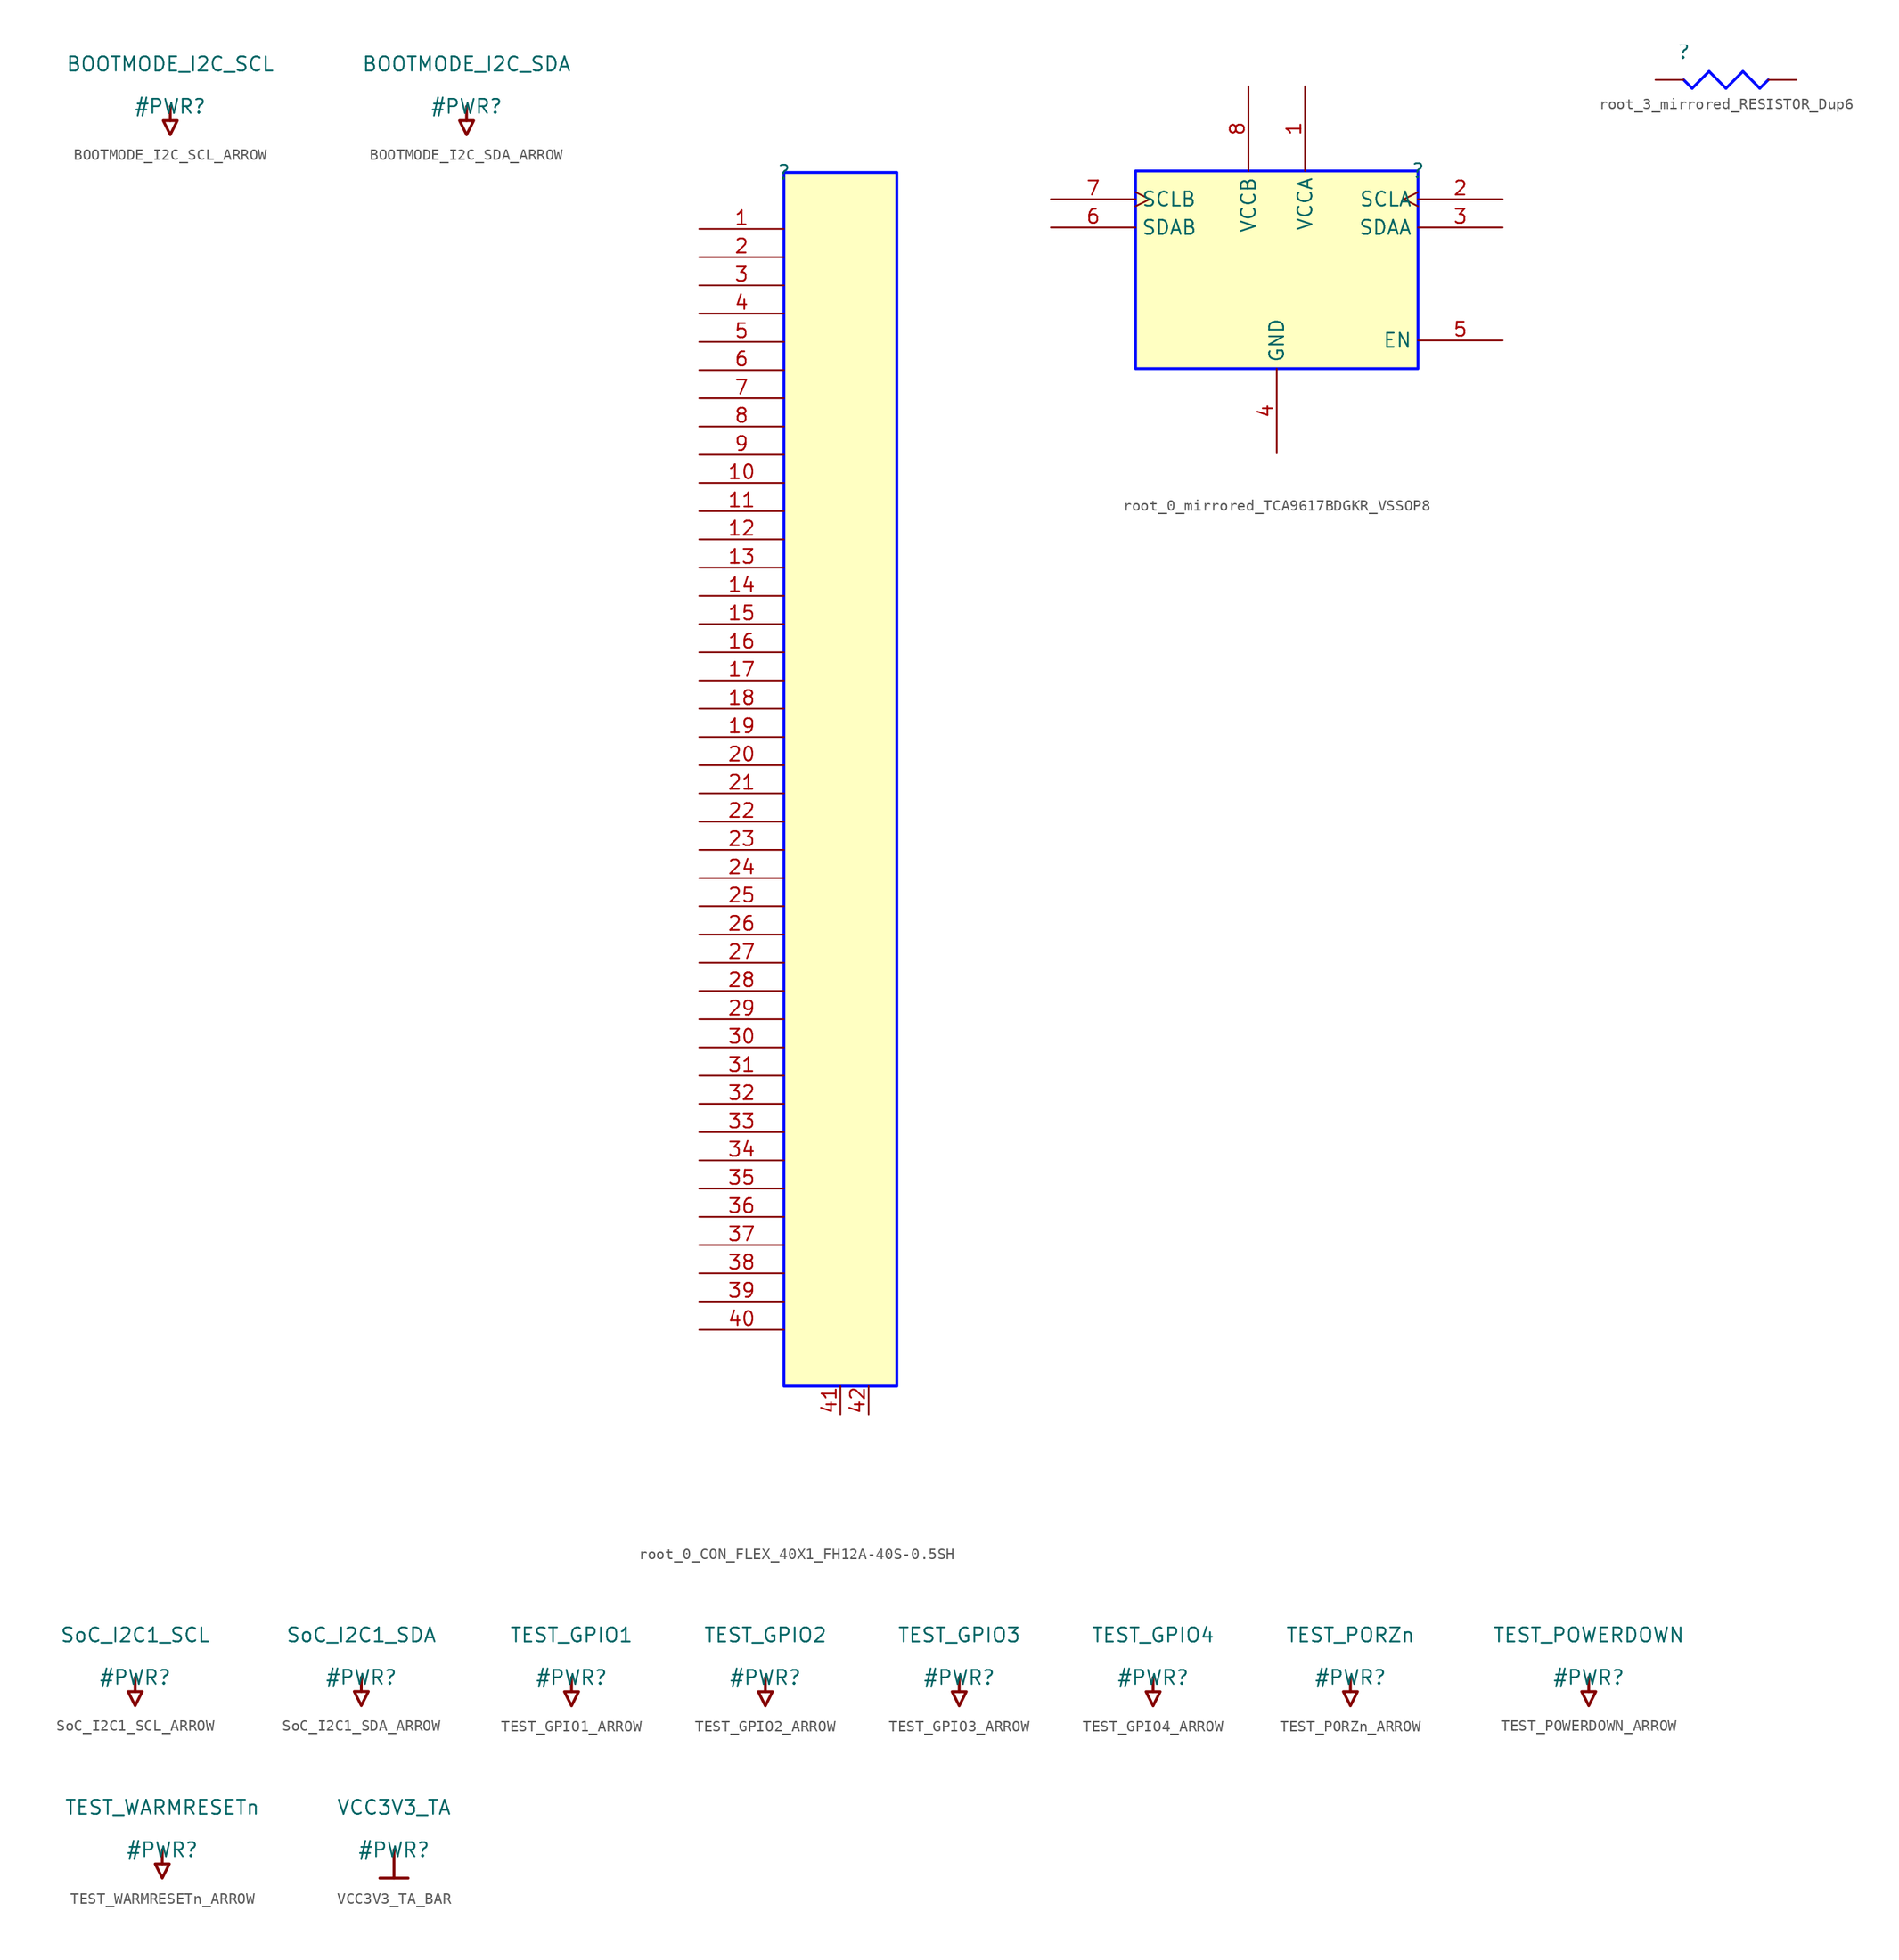
<source format=kicad_sym>
(kicad_symbol_lib
  (version 20231120)
  (generator "kicad_symbol_editor")
  (generator_version "8.0")
  (symbol "BOOTMODE_I2C_SCL_ARROW"
    (power)
    (property "Reference" "#PWR"
      (at 0 0 0)
      (effects (font (size 1.27 1.27))))
    (property "Value" "BOOTMODE_I2C_SCL"
      (at 0 3.81 0)
      (effects (font (size 1.27 1.27))))
    (symbol "BOOTMODE_I2C_SCL_ARROW_0_0"
      (polyline (pts (xy 0 0) (xy 0 -1.27)) (stroke (width 0.254) (type solid)) (fill (type none)))
      (polyline (pts (xy -0.635 -1.27) (xy 0.635 -1.27) (xy 0 -2.54) (xy -0.635 -1.27)) (stroke (width 0.254) (type solid)) (fill (type none)))
      (pin power_in line (at 0 0 0) (length 0) hide (name "BOOTMODE_I2C_SCL" (effects (font (size 1.27 1.27)))) (number "" (effects (font (size 1.27 1.27)))))))
  (symbol "BOOTMODE_I2C_SDA_ARROW"
    (power)
    (property "Reference" "#PWR"
      (at 0 0 0)
      (effects (font (size 1.27 1.27))))
    (property "Value" "BOOTMODE_I2C_SDA"
      (at 0 3.81 0)
      (effects (font (size 1.27 1.27))))
    (symbol "BOOTMODE_I2C_SDA_ARROW_0_0"
      (polyline (pts (xy 0 0) (xy 0 -1.27)) (stroke (width 0.254) (type solid)) (fill (type none)))
      (polyline (pts (xy -0.635 -1.27) (xy 0.635 -1.27) (xy 0 -2.54) (xy -0.635 -1.27)) (stroke (width 0.254) (type solid)) (fill (type none)))
      (pin power_in line (at 0 0 0) (length 0) hide (name "BOOTMODE_I2C_SDA" (effects (font (size 1.27 1.27)))) (number "" (effects (font (size 1.27 1.27)))))))
  (symbol "root_0_CON_FLEX_40X1_FH12A-40S-0.5SH"
    (property "Reference" ""
      (at 0 0 0)
      (effects (font (size 1.27 1.27))))
    (property "Value" ""
      (at 0 0 0)
      (effects (font (size 1.27 1.27))))
    (symbol "root_0_CON_FLEX_40X1_FH12A-40S-0.5SH_1_0"
      (rectangle (start 10.16 0) (end 0 -109.22) (stroke (width 0.254) (type solid) (color 0 11 255 1)) (fill (type background)))
      (pin passive line (at -7.62 -5.08 0) (length 7.62) (name "1" (effects (font (size 0 0)))) (number "1" (effects (font (size 1.27 1.27)))))
      (pin passive line (at -7.62 -27.94 0) (length 7.62) (name "10" (effects (font (size 0 0)))) (number "10" (effects (font (size 1.27 1.27)))))
      (pin passive line (at -7.62 -30.48 0) (length 7.62) (name "11" (effects (font (size 0 0)))) (number "11" (effects (font (size 1.27 1.27)))))
      (pin passive line (at -7.62 -33.02 0) (length 7.62) (name "12" (effects (font (size 0 0)))) (number "12" (effects (font (size 1.27 1.27)))))
      (pin passive line (at -7.62 -35.56 0) (length 7.62) (name "13" (effects (font (size 0 0)))) (number "13" (effects (font (size 1.27 1.27)))))
      (pin passive line (at -7.62 -38.1 0) (length 7.62) (name "14" (effects (font (size 0 0)))) (number "14" (effects (font (size 1.27 1.27)))))
      (pin passive line (at -7.62 -40.64 0) (length 7.62) (name "15" (effects (font (size 0 0)))) (number "15" (effects (font (size 1.27 1.27)))))
      (pin passive line (at -7.62 -43.18 0) (length 7.62) (name "16" (effects (font (size 0 0)))) (number "16" (effects (font (size 1.27 1.27)))))
      (pin passive line (at -7.62 -45.72 0) (length 7.62) (name "17" (effects (font (size 0 0)))) (number "17" (effects (font (size 1.27 1.27)))))
      (pin passive line (at -7.62 -48.26 0) (length 7.62) (name "18" (effects (font (size 0 0)))) (number "18" (effects (font (size 1.27 1.27)))))
      (pin passive line (at -7.62 -50.8 0) (length 7.62) (name "19" (effects (font (size 0 0)))) (number "19" (effects (font (size 1.27 1.27)))))
      (pin passive line (at -7.62 -7.62 0) (length 7.62) (name "2" (effects (font (size 0 0)))) (number "2" (effects (font (size 1.27 1.27)))))
      (pin passive line (at -7.62 -53.34 0) (length 7.62) (name "20" (effects (font (size 0 0)))) (number "20" (effects (font (size 1.27 1.27)))))
      (pin passive line (at -7.62 -55.88 0) (length 7.62) (name "21" (effects (font (size 0 0)))) (number "21" (effects (font (size 1.27 1.27)))))
      (pin passive line (at -7.62 -58.42 0) (length 7.62) (name "22" (effects (font (size 0 0)))) (number "22" (effects (font (size 1.27 1.27)))))
      (pin passive line (at -7.62 -60.96 0) (length 7.62) (name "23" (effects (font (size 0 0)))) (number "23" (effects (font (size 1.27 1.27)))))
      (pin passive line (at -7.62 -63.5 0) (length 7.62) (name "24" (effects (font (size 0 0)))) (number "24" (effects (font (size 1.27 1.27)))))
      (pin passive line (at -7.62 -66.04 0) (length 7.62) (name "25" (effects (font (size 0 0)))) (number "25" (effects (font (size 1.27 1.27)))))
      (pin passive line (at -7.62 -68.58 0) (length 7.62) (name "26" (effects (font (size 0 0)))) (number "26" (effects (font (size 1.27 1.27)))))
      (pin passive line (at -7.62 -71.12 0) (length 7.62) (name "27" (effects (font (size 0 0)))) (number "27" (effects (font (size 1.27 1.27)))))
      (pin passive line (at -7.62 -73.66 0) (length 7.62) (name "28" (effects (font (size 0 0)))) (number "28" (effects (font (size 1.27 1.27)))))
      (pin passive line (at -7.62 -76.2 0) (length 7.62) (name "29" (effects (font (size 0 0)))) (number "29" (effects (font (size 1.27 1.27)))))
      (pin passive line (at -7.62 -10.16 0) (length 7.62) (name "3" (effects (font (size 0 0)))) (number "3" (effects (font (size 1.27 1.27)))))
      (pin passive line (at -7.62 -78.74 0) (length 7.62) (name "30" (effects (font (size 0 0)))) (number "30" (effects (font (size 1.27 1.27)))))
      (pin passive line (at -7.62 -81.28 0) (length 7.62) (name "31" (effects (font (size 0 0)))) (number "31" (effects (font (size 1.27 1.27)))))
      (pin passive line (at -7.62 -83.82 0) (length 7.62) (name "32" (effects (font (size 0 0)))) (number "32" (effects (font (size 1.27 1.27)))))
      (pin passive line (at -7.62 -86.36 0) (length 7.62) (name "33" (effects (font (size 0 0)))) (number "33" (effects (font (size 1.27 1.27)))))
      (pin passive line (at -7.62 -88.9 0) (length 7.62) (name "34" (effects (font (size 0 0)))) (number "34" (effects (font (size 1.27 1.27)))))
      (pin passive line (at -7.62 -91.44 0) (length 7.62) (name "35" (effects (font (size 0 0)))) (number "35" (effects (font (size 1.27 1.27)))))
      (pin passive line (at -7.62 -93.98 0) (length 7.62) (name "36" (effects (font (size 0 0)))) (number "36" (effects (font (size 1.27 1.27)))))
      (pin passive line (at -7.62 -96.52 0) (length 7.62) (name "37" (effects (font (size 0 0)))) (number "37" (effects (font (size 1.27 1.27)))))
      (pin passive line (at -7.62 -99.06 0) (length 7.62) (name "38" (effects (font (size 0 0)))) (number "38" (effects (font (size 1.27 1.27)))))
      (pin passive line (at -7.62 -101.6 0) (length 7.62) (name "39" (effects (font (size 0 0)))) (number "39" (effects (font (size 1.27 1.27)))))
      (pin passive line (at -7.62 -12.7 0) (length 7.62) (name "4" (effects (font (size 0 0)))) (number "4" (effects (font (size 1.27 1.27)))))
      (pin passive line (at -7.62 -104.14 0) (length 7.62) (name "40" (effects (font (size 0 0)))) (number "40" (effects (font (size 1.27 1.27)))))
      (pin passive line (at 5.08 -111.76 90) (length 2.54) (name "41" (effects (font (size 0 0)))) (number "41" (effects (font (size 1.27 1.27)))))
      (pin passive line (at 7.62 -111.76 90) (length 2.54) (name "42" (effects (font (size 0 0)))) (number "42" (effects (font (size 1.27 1.27)))))
      (pin passive line (at -7.62 -15.24 0) (length 7.62) (name "5" (effects (font (size 0 0)))) (number "5" (effects (font (size 1.27 1.27)))))
      (pin passive line (at -7.62 -17.78 0) (length 7.62) (name "6" (effects (font (size 0 0)))) (number "6" (effects (font (size 1.27 1.27)))))
      (pin passive line (at -7.62 -20.32 0) (length 7.62) (name "7" (effects (font (size 0 0)))) (number "7" (effects (font (size 1.27 1.27)))))
      (pin passive line (at -7.62 -22.86 0) (length 7.62) (name "8" (effects (font (size 0 0)))) (number "8" (effects (font (size 1.27 1.27)))))
      (pin passive line (at -7.62 -25.4 0) (length 7.62) (name "9" (effects (font (size 0 0)))) (number "9" (effects (font (size 1.27 1.27)))))))
  (symbol "root_0_mirrored_TCA9617BDGKR_VSSOP8"
    (property "Reference" ""
      (at 0 0 0)
      (effects (font (size 1.27 1.27))))
    (property "Value" ""
      (at 0 0 0)
      (effects (font (size 1.27 1.27))))
    (symbol "root_0_mirrored_TCA9617BDGKR_VSSOP8_1_0"
      (rectangle (start 0 0) (end -25.4 -17.78) (stroke (width 0.254) (type solid) (color 0 11 255 1)) (fill (type background)))
      (pin power_in line (at -10.16 7.62 270) (length 7.62) (name "VCCA" (effects (font (size 1.27 1.27)))) (number "1" (effects (font (size 1.27 1.27)))))
      (pin passive clock (at 7.62 -2.54 180) (length 7.62) (name "SCLA" (effects (font (size 1.27 1.27)))) (number "2" (effects (font (size 1.27 1.27)))))
      (pin passive line (at 7.62 -5.08 180) (length 7.62) (name "SDAA" (effects (font (size 1.27 1.27)))) (number "3" (effects (font (size 1.27 1.27)))))
      (pin power_in line (at -12.7 -25.4 90) (length 7.62) (name "GND" (effects (font (size 1.27 1.27)))) (number "4" (effects (font (size 1.27 1.27)))))
      (pin passive line (at 7.62 -15.24 180) (length 7.62) (name "EN" (effects (font (size 1.27 1.27)))) (number "5" (effects (font (size 1.27 1.27)))))
      (pin passive line (at -33.02 -5.08 0) (length 7.62) (name "SDAB" (effects (font (size 1.27 1.27)))) (number "6" (effects (font (size 1.27 1.27)))))
      (pin passive clock (at -33.02 -2.54 0) (length 7.62) (name "SCLB" (effects (font (size 1.27 1.27)))) (number "7" (effects (font (size 1.27 1.27)))))
      (pin power_in line (at -15.24 7.62 270) (length 7.62) (name "VCCB" (effects (font (size 1.27 1.27)))) (number "8" (effects (font (size 1.27 1.27)))))))
  (symbol "root_3_mirrored_RESISTOR_Dup6"
    (property "Reference" ""
      (at 0 0 0)
      (effects (font (size 1.27 1.27))))
    (property "Value" ""
      (at 0 0 0)
      (effects (font (size 1.27 1.27))))
    (symbol "root_3_mirrored_RESISTOR_Dup6_1_0"
      (polyline (pts (xy 0 -2.54) (xy 0.762 -3.302)) (stroke (width 0.254) (type solid) (color 0 11 255 1)) (fill (type none)))
      (polyline (pts (xy 0.762 -3.302) (xy 2.286 -1.778)) (stroke (width 0.254) (type solid) (color 0 11 255 1)) (fill (type none)))
      (polyline (pts (xy 2.286 -1.778) (xy 3.81 -3.302)) (stroke (width 0.254) (type solid) (color 0 11 255 1)) (fill (type none)))
      (polyline (pts (xy 3.81 -3.302) (xy 5.334 -1.778)) (stroke (width 0.254) (type solid) (color 0 11 255 1)) (fill (type none)))
      (polyline (pts (xy 5.334 -1.778) (xy 6.858 -3.302)) (stroke (width 0.254) (type solid) (color 0 11 255 1)) (fill (type none)))
      (polyline (pts (xy 6.858 -3.302) (xy 7.62 -2.54)) (stroke (width 0.254) (type solid) (color 0 11 255 1)) (fill (type none)))
      (pin passive line (at -2.54 -2.54 0) (length 2.54) (name "1" (effects (font (size 0 0)))) (number "1" (effects (font (size 0 0)))))
      (pin passive line (at 10.16 -2.54 180) (length 2.54) (name "2" (effects (font (size 0 0)))) (number "2" (effects (font (size 0 0)))))))
  (symbol "SoC_I2C1_SCL_ARROW"
    (power)
    (property "Reference" "#PWR"
      (at 0 0 0)
      (effects (font (size 1.27 1.27))))
    (property "Value" "SoC_I2C1_SCL"
      (at 0 3.81 0)
      (effects (font (size 1.27 1.27))))
    (symbol "SoC_I2C1_SCL_ARROW_0_0"
      (polyline (pts (xy 0 0) (xy 0 -1.27)) (stroke (width 0.254) (type solid)) (fill (type none)))
      (polyline (pts (xy -0.635 -1.27) (xy 0.635 -1.27) (xy 0 -2.54) (xy -0.635 -1.27)) (stroke (width 0.254) (type solid)) (fill (type none)))
      (pin power_in line (at 0 0 0) (length 0) hide (name "SoC_I2C1_SCL" (effects (font (size 1.27 1.27)))) (number "" (effects (font (size 1.27 1.27)))))))
  (symbol "SoC_I2C1_SDA_ARROW"
    (power)
    (property "Reference" "#PWR"
      (at 0 0 0)
      (effects (font (size 1.27 1.27))))
    (property "Value" "SoC_I2C1_SDA"
      (at 0 3.81 0)
      (effects (font (size 1.27 1.27))))
    (symbol "SoC_I2C1_SDA_ARROW_0_0"
      (polyline (pts (xy 0 0) (xy 0 -1.27)) (stroke (width 0.254) (type solid)) (fill (type none)))
      (polyline (pts (xy -0.635 -1.27) (xy 0.635 -1.27) (xy 0 -2.54) (xy -0.635 -1.27)) (stroke (width 0.254) (type solid)) (fill (type none)))
      (pin power_in line (at 0 0 0) (length 0) hide (name "SoC_I2C1_SDA" (effects (font (size 1.27 1.27)))) (number "" (effects (font (size 1.27 1.27)))))))
  (symbol "TEST_GPIO1_ARROW"
    (power)
    (property "Reference" "#PWR"
      (at 0 0 0)
      (effects (font (size 1.27 1.27))))
    (property "Value" "TEST_GPIO1"
      (at 0 3.81 0)
      (effects (font (size 1.27 1.27))))
    (symbol "TEST_GPIO1_ARROW_0_0"
      (polyline (pts (xy 0 0) (xy 0 -1.27)) (stroke (width 0.254) (type solid)) (fill (type none)))
      (polyline (pts (xy -0.635 -1.27) (xy 0.635 -1.27) (xy 0 -2.54) (xy -0.635 -1.27)) (stroke (width 0.254) (type solid)) (fill (type none)))
      (pin power_in line (at 0 0 0) (length 0) hide (name "TEST_GPIO1" (effects (font (size 1.27 1.27)))) (number "" (effects (font (size 1.27 1.27)))))))
  (symbol "TEST_GPIO2_ARROW"
    (power)
    (property "Reference" "#PWR"
      (at 0 0 0)
      (effects (font (size 1.27 1.27))))
    (property "Value" "TEST_GPIO2"
      (at 0 3.81 0)
      (effects (font (size 1.27 1.27))))
    (symbol "TEST_GPIO2_ARROW_0_0"
      (polyline (pts (xy 0 0) (xy 0 -1.27)) (stroke (width 0.254) (type solid)) (fill (type none)))
      (polyline (pts (xy -0.635 -1.27) (xy 0.635 -1.27) (xy 0 -2.54) (xy -0.635 -1.27)) (stroke (width 0.254) (type solid)) (fill (type none)))
      (pin power_in line (at 0 0 0) (length 0) hide (name "TEST_GPIO2" (effects (font (size 1.27 1.27)))) (number "" (effects (font (size 1.27 1.27)))))))
  (symbol "TEST_GPIO3_ARROW"
    (power)
    (property "Reference" "#PWR"
      (at 0 0 0)
      (effects (font (size 1.27 1.27))))
    (property "Value" "TEST_GPIO3"
      (at 0 3.81 0)
      (effects (font (size 1.27 1.27))))
    (symbol "TEST_GPIO3_ARROW_0_0"
      (polyline (pts (xy 0 0) (xy 0 -1.27)) (stroke (width 0.254) (type solid)) (fill (type none)))
      (polyline (pts (xy -0.635 -1.27) (xy 0.635 -1.27) (xy 0 -2.54) (xy -0.635 -1.27)) (stroke (width 0.254) (type solid)) (fill (type none)))
      (pin power_in line (at 0 0 0) (length 0) hide (name "TEST_GPIO3" (effects (font (size 1.27 1.27)))) (number "" (effects (font (size 1.27 1.27)))))))
  (symbol "TEST_GPIO4_ARROW"
    (power)
    (property "Reference" "#PWR"
      (at 0 0 0)
      (effects (font (size 1.27 1.27))))
    (property "Value" "TEST_GPIO4"
      (at 0 3.81 0)
      (effects (font (size 1.27 1.27))))
    (symbol "TEST_GPIO4_ARROW_0_0"
      (polyline (pts (xy 0 0) (xy 0 -1.27)) (stroke (width 0.254) (type solid)) (fill (type none)))
      (polyline (pts (xy -0.635 -1.27) (xy 0.635 -1.27) (xy 0 -2.54) (xy -0.635 -1.27)) (stroke (width 0.254) (type solid)) (fill (type none)))
      (pin power_in line (at 0 0 0) (length 0) hide (name "TEST_GPIO4" (effects (font (size 1.27 1.27)))) (number "" (effects (font (size 1.27 1.27)))))))
  (symbol "TEST_PORZn_ARROW"
    (power)
    (property "Reference" "#PWR"
      (at 0 0 0)
      (effects (font (size 1.27 1.27))))
    (property "Value" "TEST_PORZn"
      (at 0 3.81 0)
      (effects (font (size 1.27 1.27))))
    (symbol "TEST_PORZn_ARROW_0_0"
      (polyline (pts (xy 0 0) (xy 0 -1.27)) (stroke (width 0.254) (type solid)) (fill (type none)))
      (polyline (pts (xy -0.635 -1.27) (xy 0.635 -1.27) (xy 0 -2.54) (xy -0.635 -1.27)) (stroke (width 0.254) (type solid)) (fill (type none)))
      (pin power_in line (at 0 0 0) (length 0) hide (name "TEST_PORZn" (effects (font (size 1.27 1.27)))) (number "" (effects (font (size 1.27 1.27)))))))
  (symbol "TEST_POWERDOWN_ARROW"
    (power)
    (property "Reference" "#PWR"
      (at 0 0 0)
      (effects (font (size 1.27 1.27))))
    (property "Value" "TEST_POWERDOWN"
      (at 0 3.81 0)
      (effects (font (size 1.27 1.27))))
    (symbol "TEST_POWERDOWN_ARROW_0_0"
      (polyline (pts (xy 0 0) (xy 0 -1.27)) (stroke (width 0.254) (type solid)) (fill (type none)))
      (polyline (pts (xy -0.635 -1.27) (xy 0.635 -1.27) (xy 0 -2.54) (xy -0.635 -1.27)) (stroke (width 0.254) (type solid)) (fill (type none)))
      (pin power_in line (at 0 0 0) (length 0) hide (name "TEST_POWERDOWN" (effects (font (size 1.27 1.27)))) (number "" (effects (font (size 1.27 1.27)))))))
  (symbol "TEST_WARMRESETn_ARROW"
    (power)
    (property "Reference" "#PWR"
      (at 0 0 0)
      (effects (font (size 1.27 1.27))))
    (property "Value" "TEST_WARMRESETn"
      (at 0 3.81 0)
      (effects (font (size 1.27 1.27))))
    (symbol "TEST_WARMRESETn_ARROW_0_0"
      (polyline (pts (xy 0 0) (xy 0 -1.27)) (stroke (width 0.254) (type solid)) (fill (type none)))
      (polyline (pts (xy -0.635 -1.27) (xy 0.635 -1.27) (xy 0 -2.54) (xy -0.635 -1.27)) (stroke (width 0.254) (type solid)) (fill (type none)))
      (pin power_in line (at 0 0 0) (length 0) hide (name "TEST_WARMRESETn" (effects (font (size 1.27 1.27)))) (number "" (effects (font (size 1.27 1.27)))))))
  (symbol "VCC3V3_TA_BAR"
    (power)
    (property "Reference" "#PWR"
      (at 0 0 0)
      (effects (font (size 1.27 1.27))))
    (property "Value" "VCC3V3_TA"
      (at 0 3.81 0)
      (effects (font (size 1.27 1.27))))
    (symbol "VCC3V3_TA_BAR_0_0"
      (polyline (pts (xy -1.27 -2.54) (xy 1.27 -2.54)) (stroke (width 0.254) (type solid)) (fill (type none)))
      (polyline (pts (xy 0 0) (xy 0 -2.54)) (stroke (width 0.254) (type solid)) (fill (type none)))
      (pin power_in line (at 0 0 0) (length 0) hide (name "VCC3V3_TA" (effects (font (size 1.27 1.27)))) (number "" (effects (font (size 1.27 1.27))))))))
</source>
